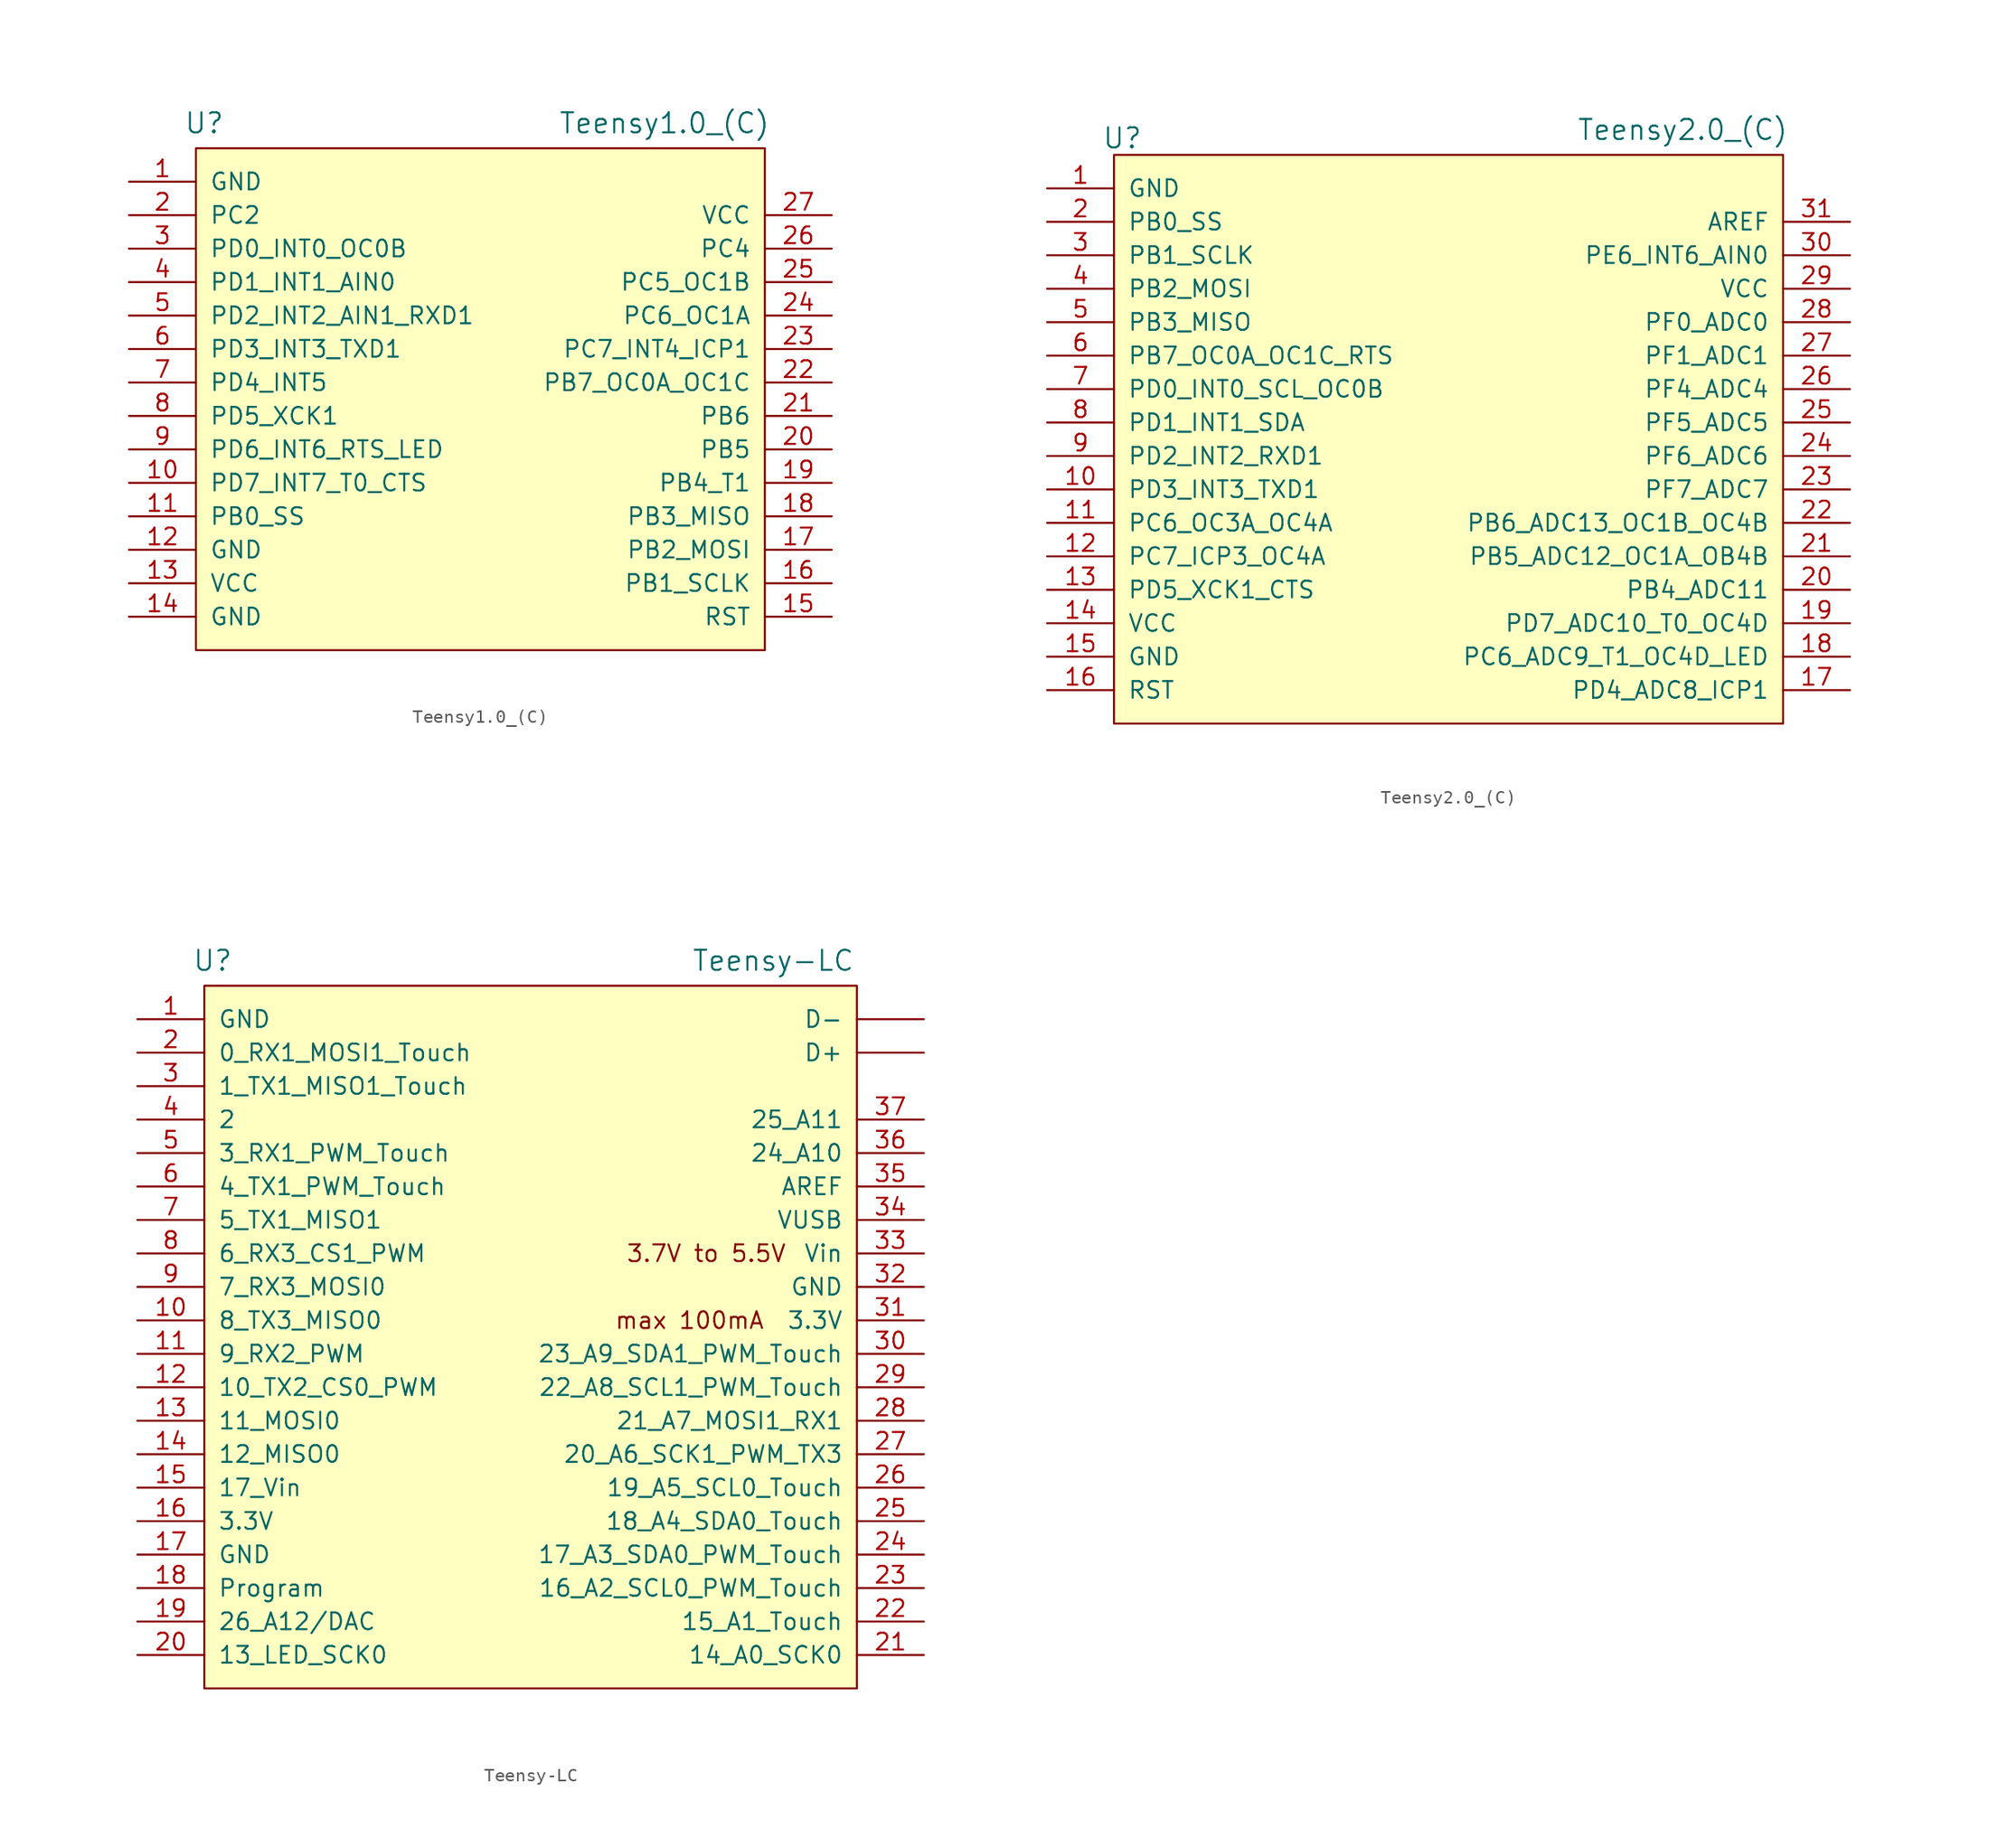
<source format=kicad_sym>
(kicad_symbol_lib
  (version 20241209)
  (generator "kicad_symbol_editor")
  (generator_version "9.0")
  (symbol "Teensy1.0_(C)"
    (pin_names
      (offset 1.016))
    (property "Reference" "U"
      (at -20.955 20.955 0)
      (effects (font (size 1.524 1.524))))
    (property "Value" "Teensy1.0_(C)"
      (at 13.97 20.955 0)
      (effects (font (size 1.524 1.524))))
    (symbol "Teensy1.0_(C)_0_1"
      (rectangle (start -21.59 19.05) (end 21.59 -19.05) (stroke (width 0) (type default)) (fill (type background))))
    (symbol "Teensy1.0_(C)_1_1"
      (pin power_in line (at -26.67 16.51 0) (length 5.08) (name "GND" (effects (font (size 1.27 1.27)))) (number "1" (effects (font (size 1.27 1.27)))))
      (pin bidirectional line (at -26.67 13.97 0) (length 5.08) (name "PC2" (effects (font (size 1.27 1.27)))) (number "2" (effects (font (size 1.27 1.27)))))
      (pin bidirectional line (at -26.67 11.43 0) (length 5.08) (name "PD0_INT0_OC0B" (effects (font (size 1.27 1.27)))) (number "3" (effects (font (size 1.27 1.27)))))
      (pin bidirectional line (at -26.67 8.89 0) (length 5.08) (name "PD1_INT1_AIN0" (effects (font (size 1.27 1.27)))) (number "4" (effects (font (size 1.27 1.27)))))
      (pin bidirectional line (at -26.67 6.35 0) (length 5.08) (name "PD2_INT2_AIN1_RXD1" (effects (font (size 1.27 1.27)))) (number "5" (effects (font (size 1.27 1.27)))))
      (pin bidirectional line (at -26.67 3.81 0) (length 5.08) (name "PD3_INT3_TXD1" (effects (font (size 1.27 1.27)))) (number "6" (effects (font (size 1.27 1.27)))))
      (pin bidirectional line (at -26.67 1.27 0) (length 5.08) (name "PD4_INT5" (effects (font (size 1.27 1.27)))) (number "7" (effects (font (size 1.27 1.27)))))
      (pin bidirectional line (at -26.67 -1.27 0) (length 5.08) (name "PD5_XCK1" (effects (font (size 1.27 1.27)))) (number "8" (effects (font (size 1.27 1.27)))))
      (pin bidirectional line (at -26.67 -3.81 0) (length 5.08) (name "PD6_INT6_RTS_LED" (effects (font (size 1.27 1.27)))) (number "9" (effects (font (size 1.27 1.27)))))
      (pin bidirectional line (at -26.67 -6.35 0) (length 5.08) (name "PD7_INT7_T0_CTS" (effects (font (size 1.27 1.27)))) (number "10" (effects (font (size 1.27 1.27)))))
      (pin bidirectional line (at -26.67 -8.89 0) (length 5.08) (name "PB0_SS" (effects (font (size 1.27 1.27)))) (number "11" (effects (font (size 1.27 1.27)))))
      (pin power_in line (at -26.67 -11.43 0) (length 5.08) (name "GND" (effects (font (size 1.27 1.27)))) (number "12" (effects (font (size 1.27 1.27)))))
      (pin power_in line (at -26.67 -13.97 0) (length 5.08) (name "VCC" (effects (font (size 1.27 1.27)))) (number "13" (effects (font (size 1.27 1.27)))))
      (pin power_in line (at -26.67 -16.51 0) (length 5.08) (name "GND" (effects (font (size 1.27 1.27)))) (number "14" (effects (font (size 1.27 1.27)))))
      (pin power_in line (at 26.67 13.97 180) (length 5.08) (name "VCC" (effects (font (size 1.27 1.27)))) (number "27" (effects (font (size 1.27 1.27)))))
      (pin bidirectional line (at 26.67 11.43 180) (length 5.08) (name "PC4" (effects (font (size 1.27 1.27)))) (number "26" (effects (font (size 1.27 1.27)))))
      (pin bidirectional line (at 26.67 8.89 180) (length 5.08) (name "PC5_OC1B" (effects (font (size 1.27 1.27)))) (number "25" (effects (font (size 1.27 1.27)))))
      (pin bidirectional line (at 26.67 6.35 180) (length 5.08) (name "PC6_OC1A" (effects (font (size 1.27 1.27)))) (number "24" (effects (font (size 1.27 1.27)))))
      (pin bidirectional line (at 26.67 3.81 180) (length 5.08) (name "PC7_INT4_ICP1" (effects (font (size 1.27 1.27)))) (number "23" (effects (font (size 1.27 1.27)))))
      (pin bidirectional line (at 26.67 1.27 180) (length 5.08) (name "PB7_OC0A_OC1C" (effects (font (size 1.27 1.27)))) (number "22" (effects (font (size 1.27 1.27)))))
      (pin bidirectional line (at 26.67 -1.27 180) (length 5.08) (name "PB6" (effects (font (size 1.27 1.27)))) (number "21" (effects (font (size 1.27 1.27)))))
      (pin bidirectional line (at 26.67 -3.81 180) (length 5.08) (name "PB5" (effects (font (size 1.27 1.27)))) (number "20" (effects (font (size 1.27 1.27)))))
      (pin bidirectional line (at 26.67 -6.35 180) (length 5.08) (name "PB4_T1" (effects (font (size 1.27 1.27)))) (number "19" (effects (font (size 1.27 1.27)))))
      (pin bidirectional line (at 26.67 -8.89 180) (length 5.08) (name "PB3_MISO" (effects (font (size 1.27 1.27)))) (number "18" (effects (font (size 1.27 1.27)))))
      (pin bidirectional line (at 26.67 -11.43 180) (length 5.08) (name "PB2_MOSI" (effects (font (size 1.27 1.27)))) (number "17" (effects (font (size 1.27 1.27)))))
      (pin bidirectional line (at 26.67 -13.97 180) (length 5.08) (name "PB1_SCLK" (effects (font (size 1.27 1.27)))) (number "16" (effects (font (size 1.27 1.27)))))
      (pin input line (at 26.67 -16.51 180) (length 5.08) (name "RST" (effects (font (size 1.27 1.27)))) (number "15" (effects (font (size 1.27 1.27)))))))
  (symbol "Teensy2.0_(C)"
    (pin_names
      (offset 1.016))
    (property "Reference" "U"
      (at -24.765 22.86 0)
      (effects (font (size 1.524 1.524))))
    (property "Value" "Teensy2.0_(C)"
      (at 17.78 23.495 0)
      (effects (font (size 1.524 1.524))))
    (symbol "Teensy2.0_(C)_0_1"
      (rectangle (start -25.4 21.59) (end 25.4 -21.59) (stroke (width 0) (type default)) (fill (type background))))
    (symbol "Teensy2.0_(C)_1_1"
      (pin power_in line (at -30.48 19.05 0) (length 5.08) (name "GND" (effects (font (size 1.27 1.27)))) (number "1" (effects (font (size 1.27 1.27)))))
      (pin bidirectional line (at -30.48 16.51 0) (length 5.08) (name "PB0_SS" (effects (font (size 1.27 1.27)))) (number "2" (effects (font (size 1.27 1.27)))))
      (pin bidirectional line (at -30.48 13.97 0) (length 5.08) (name "PB1_SCLK" (effects (font (size 1.27 1.27)))) (number "3" (effects (font (size 1.27 1.27)))))
      (pin bidirectional line (at -30.48 11.43 0) (length 5.08) (name "PB2_MOSI" (effects (font (size 1.27 1.27)))) (number "4" (effects (font (size 1.27 1.27)))))
      (pin bidirectional line (at -30.48 8.89 0) (length 5.08) (name "PB3_MISO" (effects (font (size 1.27 1.27)))) (number "5" (effects (font (size 1.27 1.27)))))
      (pin bidirectional line (at -30.48 6.35 0) (length 5.08) (name "PB7_OC0A_OC1C_RTS" (effects (font (size 1.27 1.27)))) (number "6" (effects (font (size 1.27 1.27)))))
      (pin bidirectional line (at -30.48 3.81 0) (length 5.08) (name "PD0_INT0_SCL_OC0B" (effects (font (size 1.27 1.27)))) (number "7" (effects (font (size 1.27 1.27)))))
      (pin bidirectional line (at -30.48 1.27 0) (length 5.08) (name "PD1_INT1_SDA" (effects (font (size 1.27 1.27)))) (number "8" (effects (font (size 1.27 1.27)))))
      (pin bidirectional line (at -30.48 -1.27 0) (length 5.08) (name "PD2_INT2_RXD1" (effects (font (size 1.27 1.27)))) (number "9" (effects (font (size 1.27 1.27)))))
      (pin bidirectional line (at -30.48 -3.81 0) (length 5.08) (name "PD3_INT3_TXD1" (effects (font (size 1.27 1.27)))) (number "10" (effects (font (size 1.27 1.27)))))
      (pin bidirectional line (at -30.48 -6.35 0) (length 5.08) (name "PC6_OC3A_OC4A" (effects (font (size 1.27 1.27)))) (number "11" (effects (font (size 1.27 1.27)))))
      (pin bidirectional line (at -30.48 -8.89 0) (length 5.08) (name "PC7_ICP3_OC4A" (effects (font (size 1.27 1.27)))) (number "12" (effects (font (size 1.27 1.27)))))
      (pin bidirectional line (at -30.48 -11.43 0) (length 5.08) (name "PD5_XCK1_CTS" (effects (font (size 1.27 1.27)))) (number "13" (effects (font (size 1.27 1.27)))))
      (pin power_in line (at -30.48 -13.97 0) (length 5.08) (name "VCC" (effects (font (size 1.27 1.27)))) (number "14" (effects (font (size 1.27 1.27)))))
      (pin power_in line (at -30.48 -16.51 0) (length 5.08) (name "GND" (effects (font (size 1.27 1.27)))) (number "15" (effects (font (size 1.27 1.27)))))
      (pin input line (at -30.48 -19.05 0) (length 5.08) (name "RST" (effects (font (size 1.27 1.27)))) (number "16" (effects (font (size 1.27 1.27)))))
      (pin input line (at 30.48 16.51 180) (length 5.08) (name "AREF" (effects (font (size 1.27 1.27)))) (number "31" (effects (font (size 1.27 1.27)))))
      (pin bidirectional line (at 30.48 13.97 180) (length 5.08) (name "PE6_INT6_AIN0" (effects (font (size 1.27 1.27)))) (number "30" (effects (font (size 1.27 1.27)))))
      (pin power_in line (at 30.48 11.43 180) (length 5.08) (name "VCC" (effects (font (size 1.27 1.27)))) (number "29" (effects (font (size 1.27 1.27)))))
      (pin bidirectional line (at 30.48 8.89 180) (length 5.08) (name "PF0_ADC0" (effects (font (size 1.27 1.27)))) (number "28" (effects (font (size 1.27 1.27)))))
      (pin bidirectional line (at 30.48 6.35 180) (length 5.08) (name "PF1_ADC1" (effects (font (size 1.27 1.27)))) (number "27" (effects (font (size 1.27 1.27)))))
      (pin bidirectional line (at 30.48 3.81 180) (length 5.08) (name "PF4_ADC4" (effects (font (size 1.27 1.27)))) (number "26" (effects (font (size 1.27 1.27)))))
      (pin bidirectional line (at 30.48 1.27 180) (length 5.08) (name "PF5_ADC5" (effects (font (size 1.27 1.27)))) (number "25" (effects (font (size 1.27 1.27)))))
      (pin bidirectional line (at 30.48 -1.27 180) (length 5.08) (name "PF6_ADC6" (effects (font (size 1.27 1.27)))) (number "24" (effects (font (size 1.27 1.27)))))
      (pin bidirectional line (at 30.48 -3.81 180) (length 5.08) (name "PF7_ADC7" (effects (font (size 1.27 1.27)))) (number "23" (effects (font (size 1.27 1.27)))))
      (pin bidirectional line (at 30.48 -6.35 180) (length 5.08) (name "PB6_ADC13_OC1B_OC4B" (effects (font (size 1.27 1.27)))) (number "22" (effects (font (size 1.27 1.27)))))
      (pin bidirectional line (at 30.48 -8.89 180) (length 5.08) (name "PB5_ADC12_OC1A_OB4B" (effects (font (size 1.27 1.27)))) (number "21" (effects (font (size 1.27 1.27)))))
      (pin bidirectional line (at 30.48 -11.43 180) (length 5.08) (name "PB4_ADC11" (effects (font (size 1.27 1.27)))) (number "20" (effects (font (size 1.27 1.27)))))
      (pin bidirectional line (at 30.48 -13.97 180) (length 5.08) (name "PD7_ADC10_T0_OC4D" (effects (font (size 1.27 1.27)))) (number "19" (effects (font (size 1.27 1.27)))))
      (pin bidirectional line (at 30.48 -16.51 180) (length 5.08) (name "PC6_ADC9_T1_OC4D_LED" (effects (font (size 1.27 1.27)))) (number "18" (effects (font (size 1.27 1.27)))))
      (pin bidirectional line (at 30.48 -19.05 180) (length 5.08) (name "PD4_ADC8_ICP1" (effects (font (size 1.27 1.27)))) (number "17" (effects (font (size 1.27 1.27)))))))
  (symbol "Teensy-LC"
    (pin_names
      (offset 1.016))
    (property "Reference" "U"
      (at -23.495 28.575 0)
      (effects (font (size 1.524 1.524))))
    (property "Value" "Teensy-LC"
      (at 19.05 28.575 0)
      (effects (font (size 1.524 1.524))))
    (symbol "Teensy-LC_0_0"
      (text "max 100mA" (at 12.7 1.27 0) (effects (font (size 1.27 1.27))))
      (text "3.7V to 5.5V" (at 13.97 6.35 0) (effects (font (size 1.27 1.27)))))
    (symbol "Teensy-LC_0_1"
      (rectangle (start -24.13 26.67) (end 25.4 -26.67) (stroke (width 0) (type default)) (fill (type background))))
    (symbol "Teensy-LC_1_1"
      (pin power_in line (at -29.21 24.13 0) (length 5.08) (name "GND" (effects (font (size 1.27 1.27)))) (number "1" (effects (font (size 1.27 1.27)))))
      (pin bidirectional line (at -29.21 21.59 0) (length 5.08) (name "0_RX1_MOSI1_Touch" (effects (font (size 1.27 1.27)))) (number "2" (effects (font (size 1.27 1.27)))))
      (pin bidirectional line (at -29.21 19.05 0) (length 5.08) (name "1_TX1_MISO1_Touch" (effects (font (size 1.27 1.27)))) (number "3" (effects (font (size 1.27 1.27)))))
      (pin bidirectional line (at -29.21 16.51 0) (length 5.08) (name "2" (effects (font (size 1.27 1.27)))) (number "4" (effects (font (size 1.27 1.27)))))
      (pin bidirectional line (at -29.21 13.97 0) (length 5.08) (name "3_RX1_PWM_Touch" (effects (font (size 1.27 1.27)))) (number "5" (effects (font (size 1.27 1.27)))))
      (pin bidirectional line (at -29.21 11.43 0) (length 5.08) (name "4_TX1_PWM_Touch" (effects (font (size 1.27 1.27)))) (number "6" (effects (font (size 1.27 1.27)))))
      (pin bidirectional line (at -29.21 8.89 0) (length 5.08) (name "5_TX1_MISO1" (effects (font (size 1.27 1.27)))) (number "7" (effects (font (size 1.27 1.27)))))
      (pin bidirectional line (at -29.21 6.35 0) (length 5.08) (name "6_RX3_CS1_PWM" (effects (font (size 1.27 1.27)))) (number "8" (effects (font (size 1.27 1.27)))))
      (pin bidirectional line (at -29.21 3.81 0) (length 5.08) (name "7_RX3_MOSI0" (effects (font (size 1.27 1.27)))) (number "9" (effects (font (size 1.27 1.27)))))
      (pin bidirectional line (at -29.21 1.27 0) (length 5.08) (name "8_TX3_MISO0" (effects (font (size 1.27 1.27)))) (number "10" (effects (font (size 1.27 1.27)))))
      (pin bidirectional line (at -29.21 -1.27 0) (length 5.08) (name "9_RX2_PWM" (effects (font (size 1.27 1.27)))) (number "11" (effects (font (size 1.27 1.27)))))
      (pin bidirectional line (at -29.21 -3.81 0) (length 5.08) (name "10_TX2_CS0_PWM" (effects (font (size 1.27 1.27)))) (number "12" (effects (font (size 1.27 1.27)))))
      (pin bidirectional line (at -29.21 -6.35 0) (length 5.08) (name "11_MOSI0" (effects (font (size 1.27 1.27)))) (number "13" (effects (font (size 1.27 1.27)))))
      (pin bidirectional line (at -29.21 -8.89 0) (length 5.08) (name "12_MISO0" (effects (font (size 1.27 1.27)))) (number "14" (effects (font (size 1.27 1.27)))))
      (pin output line (at -29.21 -11.43 0) (length 5.08) (name "17_Vin" (effects (font (size 1.27 1.27)))) (number "15" (effects (font (size 1.27 1.27)))))
      (pin power_in line (at -29.21 -13.97 0) (length 5.08) (name "3.3V" (effects (font (size 1.27 1.27)))) (number "16" (effects (font (size 1.27 1.27)))))
      (pin power_in line (at -29.21 -16.51 0) (length 5.08) (name "GND" (effects (font (size 1.27 1.27)))) (number "17" (effects (font (size 1.27 1.27)))))
      (pin input line (at -29.21 -19.05 0) (length 5.08) (name "Program" (effects (font (size 1.27 1.27)))) (number "18" (effects (font (size 1.27 1.27)))))
      (pin bidirectional line (at -29.21 -21.59 0) (length 5.08) (name "26_A12/DAC" (effects (font (size 1.27 1.27)))) (number "19" (effects (font (size 1.27 1.27)))))
      (pin bidirectional line (at -29.21 -24.13 0) (length 5.08) (name "13_LED_SCK0" (effects (font (size 1.27 1.27)))) (number "20" (effects (font (size 1.27 1.27)))))
      (pin bidirectional line (at 30.48 24.13 180) (length 5.08) (name "D-" (effects (font (size 1.27 1.27)))) (number "~" (effects (font (size 1.27 1.27)))))
      (pin bidirectional line (at 30.48 21.59 180) (length 5.08) (name "D+" (effects (font (size 1.27 1.27)))) (number "~" (effects (font (size 1.27 1.27)))))
      (pin bidirectional line (at 30.48 16.51 180) (length 5.08) (name "25_A11" (effects (font (size 1.27 1.27)))) (number "37" (effects (font (size 1.27 1.27)))))
      (pin bidirectional line (at 30.48 13.97 180) (length 5.08) (name "24_A10" (effects (font (size 1.27 1.27)))) (number "36" (effects (font (size 1.27 1.27)))))
      (pin input line (at 30.48 11.43 180) (length 5.08) (name "AREF" (effects (font (size 1.27 1.27)))) (number "35" (effects (font (size 1.27 1.27)))))
      (pin power_in line (at 30.48 8.89 180) (length 5.08) (name "VUSB" (effects (font (size 1.27 1.27)))) (number "34" (effects (font (size 1.27 1.27)))))
      (pin power_in line (at 30.48 6.35 180) (length 5.08) (name "Vin" (effects (font (size 1.27 1.27)))) (number "33" (effects (font (size 1.27 1.27)))))
      (pin power_in line (at 30.48 3.81 180) (length 5.08) (name "GND" (effects (font (size 1.27 1.27)))) (number "32" (effects (font (size 1.27 1.27)))))
      (pin power_out line (at 30.48 1.27 180) (length 5.08) (name "3.3V" (effects (font (size 1.27 1.27)))) (number "31" (effects (font (size 1.27 1.27)))))
      (pin bidirectional line (at 30.48 -1.27 180) (length 5.08) (name "23_A9_SDA1_PWM_Touch" (effects (font (size 1.27 1.27)))) (number "30" (effects (font (size 1.27 1.27)))))
      (pin bidirectional line (at 30.48 -3.81 180) (length 5.08) (name "22_A8_SCL1_PWM_Touch" (effects (font (size 1.27 1.27)))) (number "29" (effects (font (size 1.27 1.27)))))
      (pin bidirectional line (at 30.48 -6.35 180) (length 5.08) (name "21_A7_MOSI1_RX1" (effects (font (size 1.27 1.27)))) (number "28" (effects (font (size 1.27 1.27)))))
      (pin bidirectional line (at 30.48 -8.89 180) (length 5.08) (name "20_A6_SCK1_PWM_TX3" (effects (font (size 1.27 1.27)))) (number "27" (effects (font (size 1.27 1.27)))))
      (pin bidirectional line (at 30.48 -11.43 180) (length 5.08) (name "19_A5_SCL0_Touch" (effects (font (size 1.27 1.27)))) (number "26" (effects (font (size 1.27 1.27)))))
      (pin bidirectional line (at 30.48 -13.97 180) (length 5.08) (name "18_A4_SDA0_Touch" (effects (font (size 1.27 1.27)))) (number "25" (effects (font (size 1.27 1.27)))))
      (pin bidirectional line (at 30.48 -16.51 180) (length 5.08) (name "17_A3_SDA0_PWM_Touch" (effects (font (size 1.27 1.27)))) (number "24" (effects (font (size 1.27 1.27)))))
      (pin bidirectional line (at 30.48 -19.05 180) (length 5.08) (name "16_A2_SCL0_PWM_Touch" (effects (font (size 1.27 1.27)))) (number "23" (effects (font (size 1.27 1.27)))))
      (pin bidirectional line (at 30.48 -21.59 180) (length 5.08) (name "15_A1_Touch" (effects (font (size 1.27 1.27)))) (number "22" (effects (font (size 1.27 1.27)))))
      (pin bidirectional line (at 30.48 -24.13 180) (length 5.08) (name "14_A0_SCK0" (effects (font (size 1.27 1.27)))) (number "21" (effects (font (size 1.27 1.27))))))))
</source>
